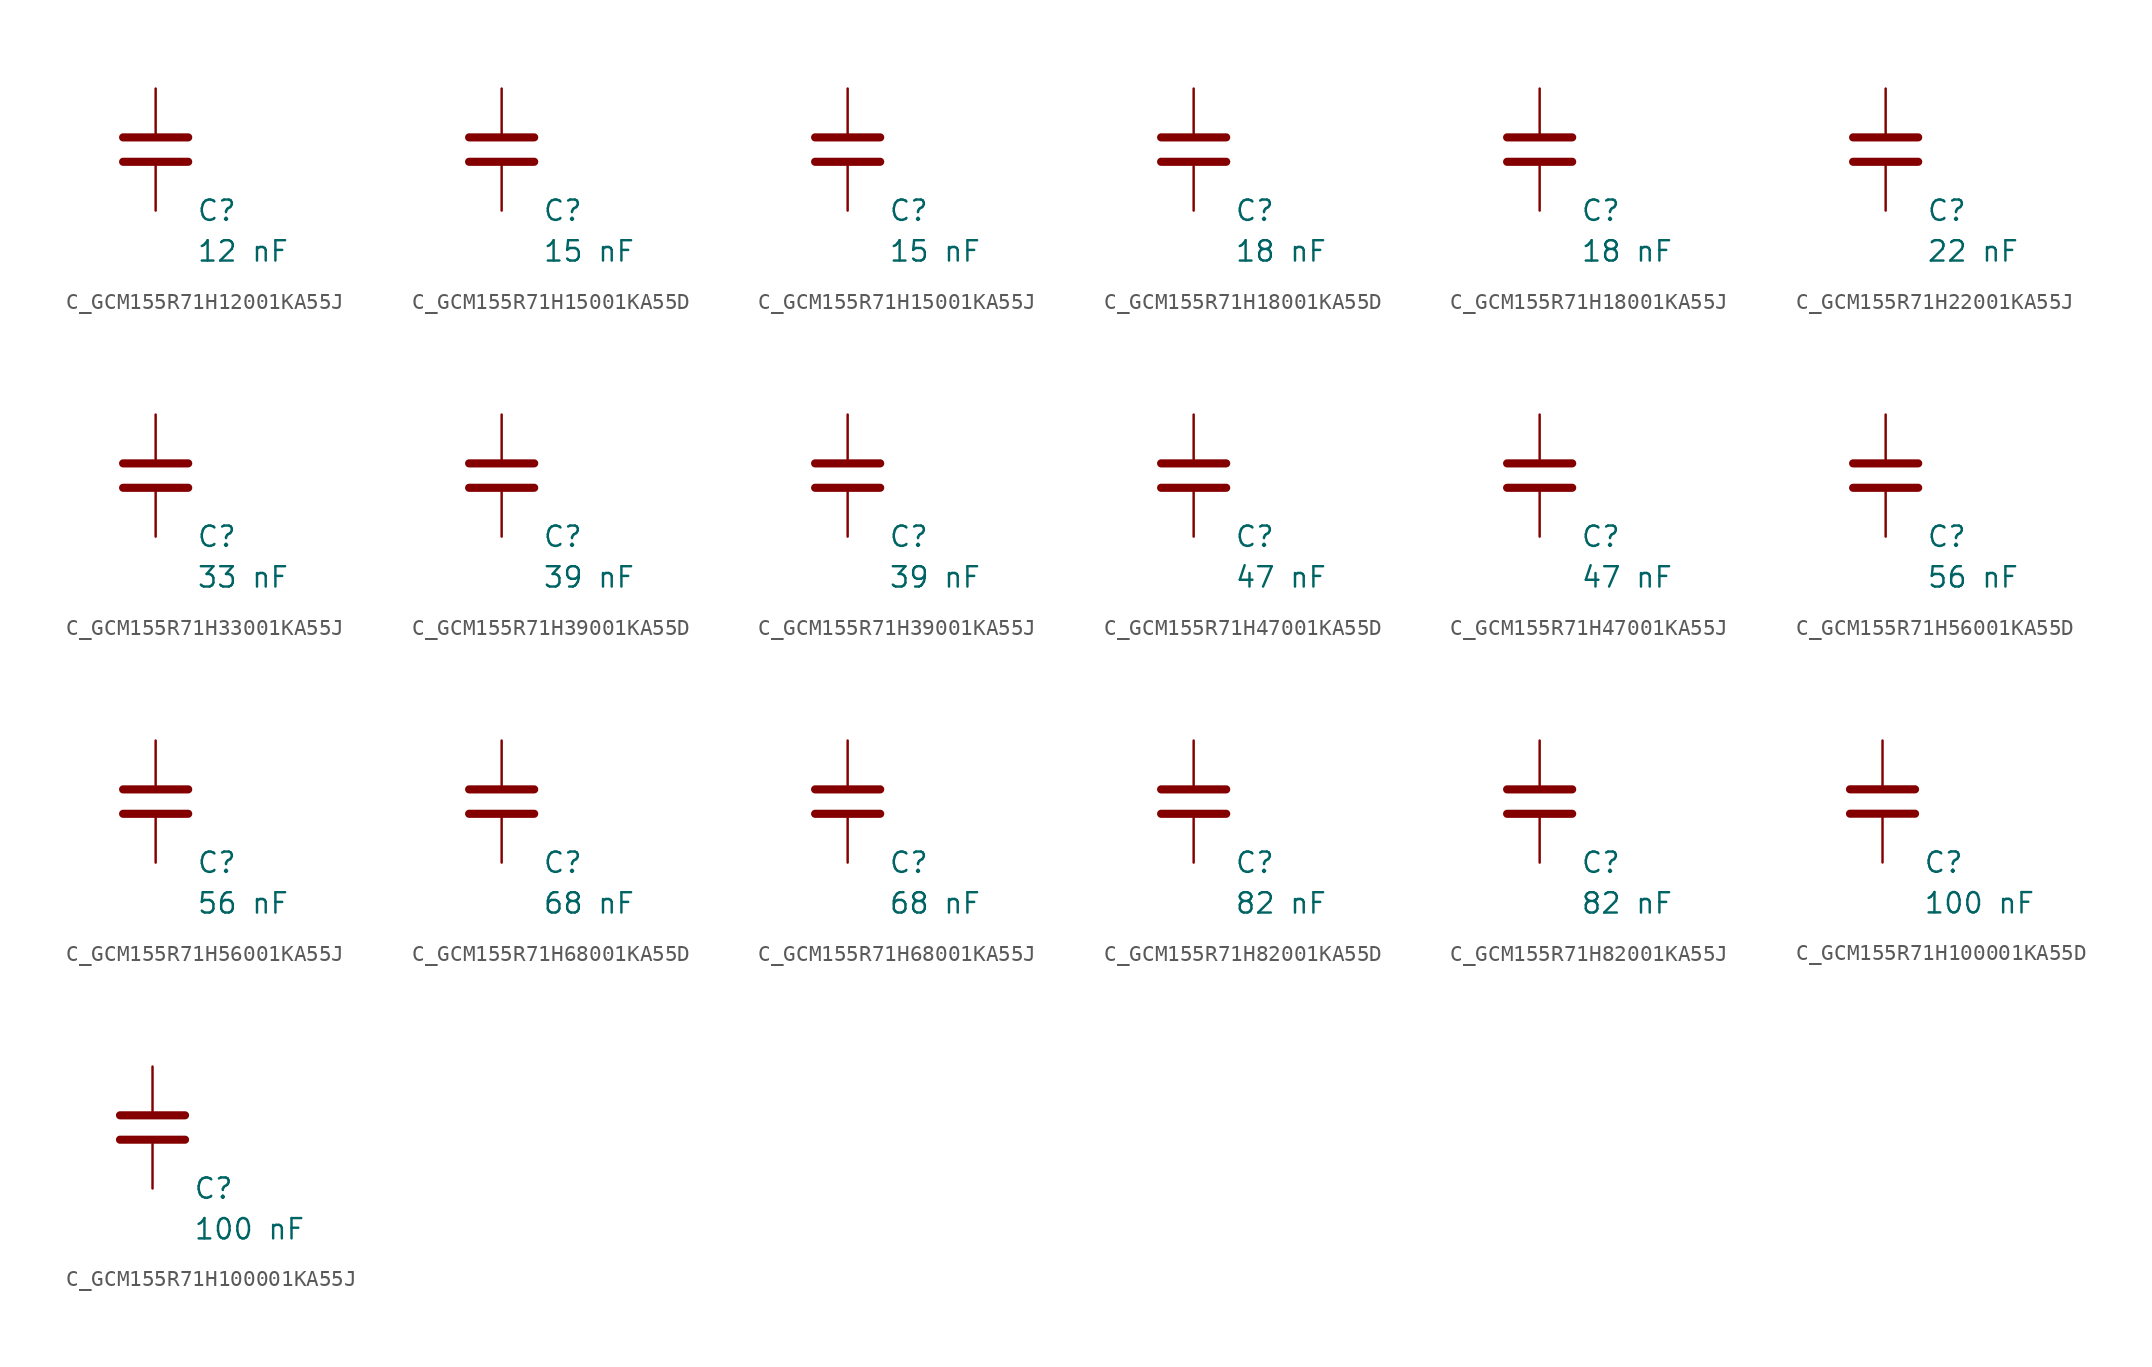
<source format=kicad_sym>
(kicad_symbol_lib
  (version 20231120)
  (generator "kicad_symbol_editor")
  (generator_version "8.0")
  (symbol "C_GCM155R71H12001KA55J"
    (pin_numbers hide)
    (pin_names
      (offset 0.254))
    (property "Reference" "C"
      (at 2.54 -3.81 0)
      (effects (font (size 1.27 1.27)) (justify left))
      (show_name no))
    (property "Value" "12 nF"
      (at 2.54 -6.35 0)
      (effects (font (size 1.27 1.27)) (justify left))
      (show_name no))
    (symbol "C_GCM155R71H12001KA55J_0_1"
      (polyline (pts (xy -2.032 -0.762) (xy 2.032 -0.762)) (stroke (width 0.508) (type default)) (fill (type none)))
      (polyline (pts (xy -2.032 0.762) (xy 2.032 0.762)) (stroke (width 0.508) (type default)) (fill (type none))))
    (symbol "C_GCM155R71H12001KA55J_1_1"
      (pin passive line (at 0 3.81 270) (length 2.794) (name "~" (effects (font (size 1.27 1.27)))) (number "1" (effects (font (size 1.27 1.27)))))
      (pin passive line (at 0 -3.81 90) (length 2.794) (name "~" (effects (font (size 1.27 1.27)))) (number "2" (effects (font (size 1.27 1.27)))))))
  (symbol "C_GCM155R71H15001KA55D"
    (pin_numbers hide)
    (pin_names
      (offset 0.254))
    (property "Reference" "C"
      (at 2.54 -3.81 0)
      (effects (font (size 1.27 1.27)) (justify left))
      (show_name no))
    (property "Value" "15 nF"
      (at 2.54 -6.35 0)
      (effects (font (size 1.27 1.27)) (justify left))
      (show_name no))
    (symbol "C_GCM155R71H15001KA55D_0_1"
      (polyline (pts (xy -2.032 -0.762) (xy 2.032 -0.762)) (stroke (width 0.508) (type default)) (fill (type none)))
      (polyline (pts (xy -2.032 0.762) (xy 2.032 0.762)) (stroke (width 0.508) (type default)) (fill (type none))))
    (symbol "C_GCM155R71H15001KA55D_1_1"
      (pin passive line (at 0 3.81 270) (length 2.794) (name "~" (effects (font (size 1.27 1.27)))) (number "1" (effects (font (size 1.27 1.27)))))
      (pin passive line (at 0 -3.81 90) (length 2.794) (name "~" (effects (font (size 1.27 1.27)))) (number "2" (effects (font (size 1.27 1.27)))))))
  (symbol "C_GCM155R71H15001KA55J"
    (pin_numbers hide)
    (pin_names
      (offset 0.254))
    (property "Reference" "C"
      (at 2.54 -3.81 0)
      (effects (font (size 1.27 1.27)) (justify left))
      (show_name no))
    (property "Value" "15 nF"
      (at 2.54 -6.35 0)
      (effects (font (size 1.27 1.27)) (justify left))
      (show_name no))
    (symbol "C_GCM155R71H15001KA55J_0_1"
      (polyline (pts (xy -2.032 -0.762) (xy 2.032 -0.762)) (stroke (width 0.508) (type default)) (fill (type none)))
      (polyline (pts (xy -2.032 0.762) (xy 2.032 0.762)) (stroke (width 0.508) (type default)) (fill (type none))))
    (symbol "C_GCM155R71H15001KA55J_1_1"
      (pin passive line (at 0 3.81 270) (length 2.794) (name "~" (effects (font (size 1.27 1.27)))) (number "1" (effects (font (size 1.27 1.27)))))
      (pin passive line (at 0 -3.81 90) (length 2.794) (name "~" (effects (font (size 1.27 1.27)))) (number "2" (effects (font (size 1.27 1.27)))))))
  (symbol "C_GCM155R71H18001KA55D"
    (pin_numbers hide)
    (pin_names
      (offset 0.254))
    (property "Reference" "C"
      (at 2.54 -3.81 0)
      (effects (font (size 1.27 1.27)) (justify left))
      (show_name no))
    (property "Value" "18 nF"
      (at 2.54 -6.35 0)
      (effects (font (size 1.27 1.27)) (justify left))
      (show_name no))
    (symbol "C_GCM155R71H18001KA55D_0_1"
      (polyline (pts (xy -2.032 -0.762) (xy 2.032 -0.762)) (stroke (width 0.508) (type default)) (fill (type none)))
      (polyline (pts (xy -2.032 0.762) (xy 2.032 0.762)) (stroke (width 0.508) (type default)) (fill (type none))))
    (symbol "C_GCM155R71H18001KA55D_1_1"
      (pin passive line (at 0 3.81 270) (length 2.794) (name "~" (effects (font (size 1.27 1.27)))) (number "1" (effects (font (size 1.27 1.27)))))
      (pin passive line (at 0 -3.81 90) (length 2.794) (name "~" (effects (font (size 1.27 1.27)))) (number "2" (effects (font (size 1.27 1.27)))))))
  (symbol "C_GCM155R71H18001KA55J"
    (pin_numbers hide)
    (pin_names
      (offset 0.254))
    (property "Reference" "C"
      (at 2.54 -3.81 0)
      (effects (font (size 1.27 1.27)) (justify left))
      (show_name no))
    (property "Value" "18 nF"
      (at 2.54 -6.35 0)
      (effects (font (size 1.27 1.27)) (justify left))
      (show_name no))
    (symbol "C_GCM155R71H18001KA55J_0_1"
      (polyline (pts (xy -2.032 -0.762) (xy 2.032 -0.762)) (stroke (width 0.508) (type default)) (fill (type none)))
      (polyline (pts (xy -2.032 0.762) (xy 2.032 0.762)) (stroke (width 0.508) (type default)) (fill (type none))))
    (symbol "C_GCM155R71H18001KA55J_1_1"
      (pin passive line (at 0 3.81 270) (length 2.794) (name "~" (effects (font (size 1.27 1.27)))) (number "1" (effects (font (size 1.27 1.27)))))
      (pin passive line (at 0 -3.81 90) (length 2.794) (name "~" (effects (font (size 1.27 1.27)))) (number "2" (effects (font (size 1.27 1.27)))))))
  (symbol "C_GCM155R71H22001KA55J"
    (pin_numbers hide)
    (pin_names
      (offset 0.254))
    (property "Reference" "C"
      (at 2.54 -3.81 0)
      (effects (font (size 1.27 1.27)) (justify left))
      (show_name no))
    (property "Value" "22 nF"
      (at 2.54 -6.35 0)
      (effects (font (size 1.27 1.27)) (justify left))
      (show_name no))
    (symbol "C_GCM155R71H22001KA55J_0_1"
      (polyline (pts (xy -2.032 -0.762) (xy 2.032 -0.762)) (stroke (width 0.508) (type default)) (fill (type none)))
      (polyline (pts (xy -2.032 0.762) (xy 2.032 0.762)) (stroke (width 0.508) (type default)) (fill (type none))))
    (symbol "C_GCM155R71H22001KA55J_1_1"
      (pin passive line (at 0 3.81 270) (length 2.794) (name "~" (effects (font (size 1.27 1.27)))) (number "1" (effects (font (size 1.27 1.27)))))
      (pin passive line (at 0 -3.81 90) (length 2.794) (name "~" (effects (font (size 1.27 1.27)))) (number "2" (effects (font (size 1.27 1.27)))))))
  (symbol "C_GCM155R71H33001KA55J"
    (pin_numbers hide)
    (pin_names
      (offset 0.254))
    (property "Reference" "C"
      (at 2.54 -3.81 0)
      (effects (font (size 1.27 1.27)) (justify left))
      (show_name no))
    (property "Value" "33 nF"
      (at 2.54 -6.35 0)
      (effects (font (size 1.27 1.27)) (justify left))
      (show_name no))
    (symbol "C_GCM155R71H33001KA55J_0_1"
      (polyline (pts (xy -2.032 -0.762) (xy 2.032 -0.762)) (stroke (width 0.508) (type default)) (fill (type none)))
      (polyline (pts (xy -2.032 0.762) (xy 2.032 0.762)) (stroke (width 0.508) (type default)) (fill (type none))))
    (symbol "C_GCM155R71H33001KA55J_1_1"
      (pin passive line (at 0 3.81 270) (length 2.794) (name "~" (effects (font (size 1.27 1.27)))) (number "1" (effects (font (size 1.27 1.27)))))
      (pin passive line (at 0 -3.81 90) (length 2.794) (name "~" (effects (font (size 1.27 1.27)))) (number "2" (effects (font (size 1.27 1.27)))))))
  (symbol "C_GCM155R71H39001KA55D"
    (pin_numbers hide)
    (pin_names
      (offset 0.254))
    (property "Reference" "C"
      (at 2.54 -3.81 0)
      (effects (font (size 1.27 1.27)) (justify left))
      (show_name no))
    (property "Value" "39 nF"
      (at 2.54 -6.35 0)
      (effects (font (size 1.27 1.27)) (justify left))
      (show_name no))
    (symbol "C_GCM155R71H39001KA55D_0_1"
      (polyline (pts (xy -2.032 -0.762) (xy 2.032 -0.762)) (stroke (width 0.508) (type default)) (fill (type none)))
      (polyline (pts (xy -2.032 0.762) (xy 2.032 0.762)) (stroke (width 0.508) (type default)) (fill (type none))))
    (symbol "C_GCM155R71H39001KA55D_1_1"
      (pin passive line (at 0 3.81 270) (length 2.794) (name "~" (effects (font (size 1.27 1.27)))) (number "1" (effects (font (size 1.27 1.27)))))
      (pin passive line (at 0 -3.81 90) (length 2.794) (name "~" (effects (font (size 1.27 1.27)))) (number "2" (effects (font (size 1.27 1.27)))))))
  (symbol "C_GCM155R71H39001KA55J"
    (pin_numbers hide)
    (pin_names
      (offset 0.254))
    (property "Reference" "C"
      (at 2.54 -3.81 0)
      (effects (font (size 1.27 1.27)) (justify left))
      (show_name no))
    (property "Value" "39 nF"
      (at 2.54 -6.35 0)
      (effects (font (size 1.27 1.27)) (justify left))
      (show_name no))
    (symbol "C_GCM155R71H39001KA55J_0_1"
      (polyline (pts (xy -2.032 -0.762) (xy 2.032 -0.762)) (stroke (width 0.508) (type default)) (fill (type none)))
      (polyline (pts (xy -2.032 0.762) (xy 2.032 0.762)) (stroke (width 0.508) (type default)) (fill (type none))))
    (symbol "C_GCM155R71H39001KA55J_1_1"
      (pin passive line (at 0 3.81 270) (length 2.794) (name "~" (effects (font (size 1.27 1.27)))) (number "1" (effects (font (size 1.27 1.27)))))
      (pin passive line (at 0 -3.81 90) (length 2.794) (name "~" (effects (font (size 1.27 1.27)))) (number "2" (effects (font (size 1.27 1.27)))))))
  (symbol "C_GCM155R71H47001KA55D"
    (pin_numbers hide)
    (pin_names
      (offset 0.254))
    (property "Reference" "C"
      (at 2.54 -3.81 0)
      (effects (font (size 1.27 1.27)) (justify left))
      (show_name no))
    (property "Value" "47 nF"
      (at 2.54 -6.35 0)
      (effects (font (size 1.27 1.27)) (justify left))
      (show_name no))
    (symbol "C_GCM155R71H47001KA55D_0_1"
      (polyline (pts (xy -2.032 -0.762) (xy 2.032 -0.762)) (stroke (width 0.508) (type default)) (fill (type none)))
      (polyline (pts (xy -2.032 0.762) (xy 2.032 0.762)) (stroke (width 0.508) (type default)) (fill (type none))))
    (symbol "C_GCM155R71H47001KA55D_1_1"
      (pin passive line (at 0 3.81 270) (length 2.794) (name "~" (effects (font (size 1.27 1.27)))) (number "1" (effects (font (size 1.27 1.27)))))
      (pin passive line (at 0 -3.81 90) (length 2.794) (name "~" (effects (font (size 1.27 1.27)))) (number "2" (effects (font (size 1.27 1.27)))))))
  (symbol "C_GCM155R71H47001KA55J"
    (pin_numbers hide)
    (pin_names
      (offset 0.254))
    (property "Reference" "C"
      (at 2.54 -3.81 0)
      (effects (font (size 1.27 1.27)) (justify left))
      (show_name no))
    (property "Value" "47 nF"
      (at 2.54 -6.35 0)
      (effects (font (size 1.27 1.27)) (justify left))
      (show_name no))
    (symbol "C_GCM155R71H47001KA55J_0_1"
      (polyline (pts (xy -2.032 -0.762) (xy 2.032 -0.762)) (stroke (width 0.508) (type default)) (fill (type none)))
      (polyline (pts (xy -2.032 0.762) (xy 2.032 0.762)) (stroke (width 0.508) (type default)) (fill (type none))))
    (symbol "C_GCM155R71H47001KA55J_1_1"
      (pin passive line (at 0 3.81 270) (length 2.794) (name "~" (effects (font (size 1.27 1.27)))) (number "1" (effects (font (size 1.27 1.27)))))
      (pin passive line (at 0 -3.81 90) (length 2.794) (name "~" (effects (font (size 1.27 1.27)))) (number "2" (effects (font (size 1.27 1.27)))))))
  (symbol "C_GCM155R71H56001KA55D"
    (pin_numbers hide)
    (pin_names
      (offset 0.254))
    (property "Reference" "C"
      (at 2.54 -3.81 0)
      (effects (font (size 1.27 1.27)) (justify left))
      (show_name no))
    (property "Value" "56 nF"
      (at 2.54 -6.35 0)
      (effects (font (size 1.27 1.27)) (justify left))
      (show_name no))
    (symbol "C_GCM155R71H56001KA55D_0_1"
      (polyline (pts (xy -2.032 -0.762) (xy 2.032 -0.762)) (stroke (width 0.508) (type default)) (fill (type none)))
      (polyline (pts (xy -2.032 0.762) (xy 2.032 0.762)) (stroke (width 0.508) (type default)) (fill (type none))))
    (symbol "C_GCM155R71H56001KA55D_1_1"
      (pin passive line (at 0 3.81 270) (length 2.794) (name "~" (effects (font (size 1.27 1.27)))) (number "1" (effects (font (size 1.27 1.27)))))
      (pin passive line (at 0 -3.81 90) (length 2.794) (name "~" (effects (font (size 1.27 1.27)))) (number "2" (effects (font (size 1.27 1.27)))))))
  (symbol "C_GCM155R71H56001KA55J"
    (pin_numbers hide)
    (pin_names
      (offset 0.254))
    (property "Reference" "C"
      (at 2.54 -3.81 0)
      (effects (font (size 1.27 1.27)) (justify left))
      (show_name no))
    (property "Value" "56 nF"
      (at 2.54 -6.35 0)
      (effects (font (size 1.27 1.27)) (justify left))
      (show_name no))
    (symbol "C_GCM155R71H56001KA55J_0_1"
      (polyline (pts (xy -2.032 -0.762) (xy 2.032 -0.762)) (stroke (width 0.508) (type default)) (fill (type none)))
      (polyline (pts (xy -2.032 0.762) (xy 2.032 0.762)) (stroke (width 0.508) (type default)) (fill (type none))))
    (symbol "C_GCM155R71H56001KA55J_1_1"
      (pin passive line (at 0 3.81 270) (length 2.794) (name "~" (effects (font (size 1.27 1.27)))) (number "1" (effects (font (size 1.27 1.27)))))
      (pin passive line (at 0 -3.81 90) (length 2.794) (name "~" (effects (font (size 1.27 1.27)))) (number "2" (effects (font (size 1.27 1.27)))))))
  (symbol "C_GCM155R71H68001KA55D"
    (pin_numbers hide)
    (pin_names
      (offset 0.254))
    (property "Reference" "C"
      (at 2.54 -3.81 0)
      (effects (font (size 1.27 1.27)) (justify left))
      (show_name no))
    (property "Value" "68 nF"
      (at 2.54 -6.35 0)
      (effects (font (size 1.27 1.27)) (justify left))
      (show_name no))
    (symbol "C_GCM155R71H68001KA55D_0_1"
      (polyline (pts (xy -2.032 -0.762) (xy 2.032 -0.762)) (stroke (width 0.508) (type default)) (fill (type none)))
      (polyline (pts (xy -2.032 0.762) (xy 2.032 0.762)) (stroke (width 0.508) (type default)) (fill (type none))))
    (symbol "C_GCM155R71H68001KA55D_1_1"
      (pin passive line (at 0 3.81 270) (length 2.794) (name "~" (effects (font (size 1.27 1.27)))) (number "1" (effects (font (size 1.27 1.27)))))
      (pin passive line (at 0 -3.81 90) (length 2.794) (name "~" (effects (font (size 1.27 1.27)))) (number "2" (effects (font (size 1.27 1.27)))))))
  (symbol "C_GCM155R71H68001KA55J"
    (pin_numbers hide)
    (pin_names
      (offset 0.254))
    (property "Reference" "C"
      (at 2.54 -3.81 0)
      (effects (font (size 1.27 1.27)) (justify left))
      (show_name no))
    (property "Value" "68 nF"
      (at 2.54 -6.35 0)
      (effects (font (size 1.27 1.27)) (justify left))
      (show_name no))
    (symbol "C_GCM155R71H68001KA55J_0_1"
      (polyline (pts (xy -2.032 -0.762) (xy 2.032 -0.762)) (stroke (width 0.508) (type default)) (fill (type none)))
      (polyline (pts (xy -2.032 0.762) (xy 2.032 0.762)) (stroke (width 0.508) (type default)) (fill (type none))))
    (symbol "C_GCM155R71H68001KA55J_1_1"
      (pin passive line (at 0 3.81 270) (length 2.794) (name "~" (effects (font (size 1.27 1.27)))) (number "1" (effects (font (size 1.27 1.27)))))
      (pin passive line (at 0 -3.81 90) (length 2.794) (name "~" (effects (font (size 1.27 1.27)))) (number "2" (effects (font (size 1.27 1.27)))))))
  (symbol "C_GCM155R71H82001KA55D"
    (pin_numbers hide)
    (pin_names
      (offset 0.254))
    (property "Reference" "C"
      (at 2.54 -3.81 0)
      (effects (font (size 1.27 1.27)) (justify left))
      (show_name no))
    (property "Value" "82 nF"
      (at 2.54 -6.35 0)
      (effects (font (size 1.27 1.27)) (justify left))
      (show_name no))
    (symbol "C_GCM155R71H82001KA55D_0_1"
      (polyline (pts (xy -2.032 -0.762) (xy 2.032 -0.762)) (stroke (width 0.508) (type default)) (fill (type none)))
      (polyline (pts (xy -2.032 0.762) (xy 2.032 0.762)) (stroke (width 0.508) (type default)) (fill (type none))))
    (symbol "C_GCM155R71H82001KA55D_1_1"
      (pin passive line (at 0 3.81 270) (length 2.794) (name "~" (effects (font (size 1.27 1.27)))) (number "1" (effects (font (size 1.27 1.27)))))
      (pin passive line (at 0 -3.81 90) (length 2.794) (name "~" (effects (font (size 1.27 1.27)))) (number "2" (effects (font (size 1.27 1.27)))))))
  (symbol "C_GCM155R71H82001KA55J"
    (pin_numbers hide)
    (pin_names
      (offset 0.254))
    (property "Reference" "C"
      (at 2.54 -3.81 0)
      (effects (font (size 1.27 1.27)) (justify left))
      (show_name no))
    (property "Value" "82 nF"
      (at 2.54 -6.35 0)
      (effects (font (size 1.27 1.27)) (justify left))
      (show_name no))
    (symbol "C_GCM155R71H82001KA55J_0_1"
      (polyline (pts (xy -2.032 -0.762) (xy 2.032 -0.762)) (stroke (width 0.508) (type default)) (fill (type none)))
      (polyline (pts (xy -2.032 0.762) (xy 2.032 0.762)) (stroke (width 0.508) (type default)) (fill (type none))))
    (symbol "C_GCM155R71H82001KA55J_1_1"
      (pin passive line (at 0 3.81 270) (length 2.794) (name "~" (effects (font (size 1.27 1.27)))) (number "1" (effects (font (size 1.27 1.27)))))
      (pin passive line (at 0 -3.81 90) (length 2.794) (name "~" (effects (font (size 1.27 1.27)))) (number "2" (effects (font (size 1.27 1.27)))))))
  (symbol "C_GCM155R71H100001KA55D"
    (pin_numbers hide)
    (pin_names
      (offset 0.254))
    (property "Reference" "C"
      (at 2.54 -3.81 0)
      (effects (font (size 1.27 1.27)) (justify left))
      (show_name no))
    (property "Value" "100 nF"
      (at 2.54 -6.35 0)
      (effects (font (size 1.27 1.27)) (justify left))
      (show_name no))
    (symbol "C_GCM155R71H100001KA55D_0_1"
      (polyline (pts (xy -2.032 -0.762) (xy 2.032 -0.762)) (stroke (width 0.508) (type default)) (fill (type none)))
      (polyline (pts (xy -2.032 0.762) (xy 2.032 0.762)) (stroke (width 0.508) (type default)) (fill (type none))))
    (symbol "C_GCM155R71H100001KA55D_1_1"
      (pin passive line (at 0 3.81 270) (length 2.794) (name "~" (effects (font (size 1.27 1.27)))) (number "1" (effects (font (size 1.27 1.27)))))
      (pin passive line (at 0 -3.81 90) (length 2.794) (name "~" (effects (font (size 1.27 1.27)))) (number "2" (effects (font (size 1.27 1.27)))))))
  (symbol "C_GCM155R71H100001KA55J"
    (pin_numbers hide)
    (pin_names
      (offset 0.254))
    (property "Reference" "C"
      (at 2.54 -3.81 0)
      (effects (font (size 1.27 1.27)) (justify left))
      (show_name no))
    (property "Value" "100 nF"
      (at 2.54 -6.35 0)
      (effects (font (size 1.27 1.27)) (justify left))
      (show_name no))
    (symbol "C_GCM155R71H100001KA55J_0_1"
      (polyline (pts (xy -2.032 -0.762) (xy 2.032 -0.762)) (stroke (width 0.508) (type default)) (fill (type none)))
      (polyline (pts (xy -2.032 0.762) (xy 2.032 0.762)) (stroke (width 0.508) (type default)) (fill (type none))))
    (symbol "C_GCM155R71H100001KA55J_1_1"
      (pin passive line (at 0 3.81 270) (length 2.794) (name "~" (effects (font (size 1.27 1.27)))) (number "1" (effects (font (size 1.27 1.27)))))
      (pin passive line (at 0 -3.81 90) (length 2.794) (name "~" (effects (font (size 1.27 1.27)))) (number "2" (effects (font (size 1.27 1.27))))))))
</source>
